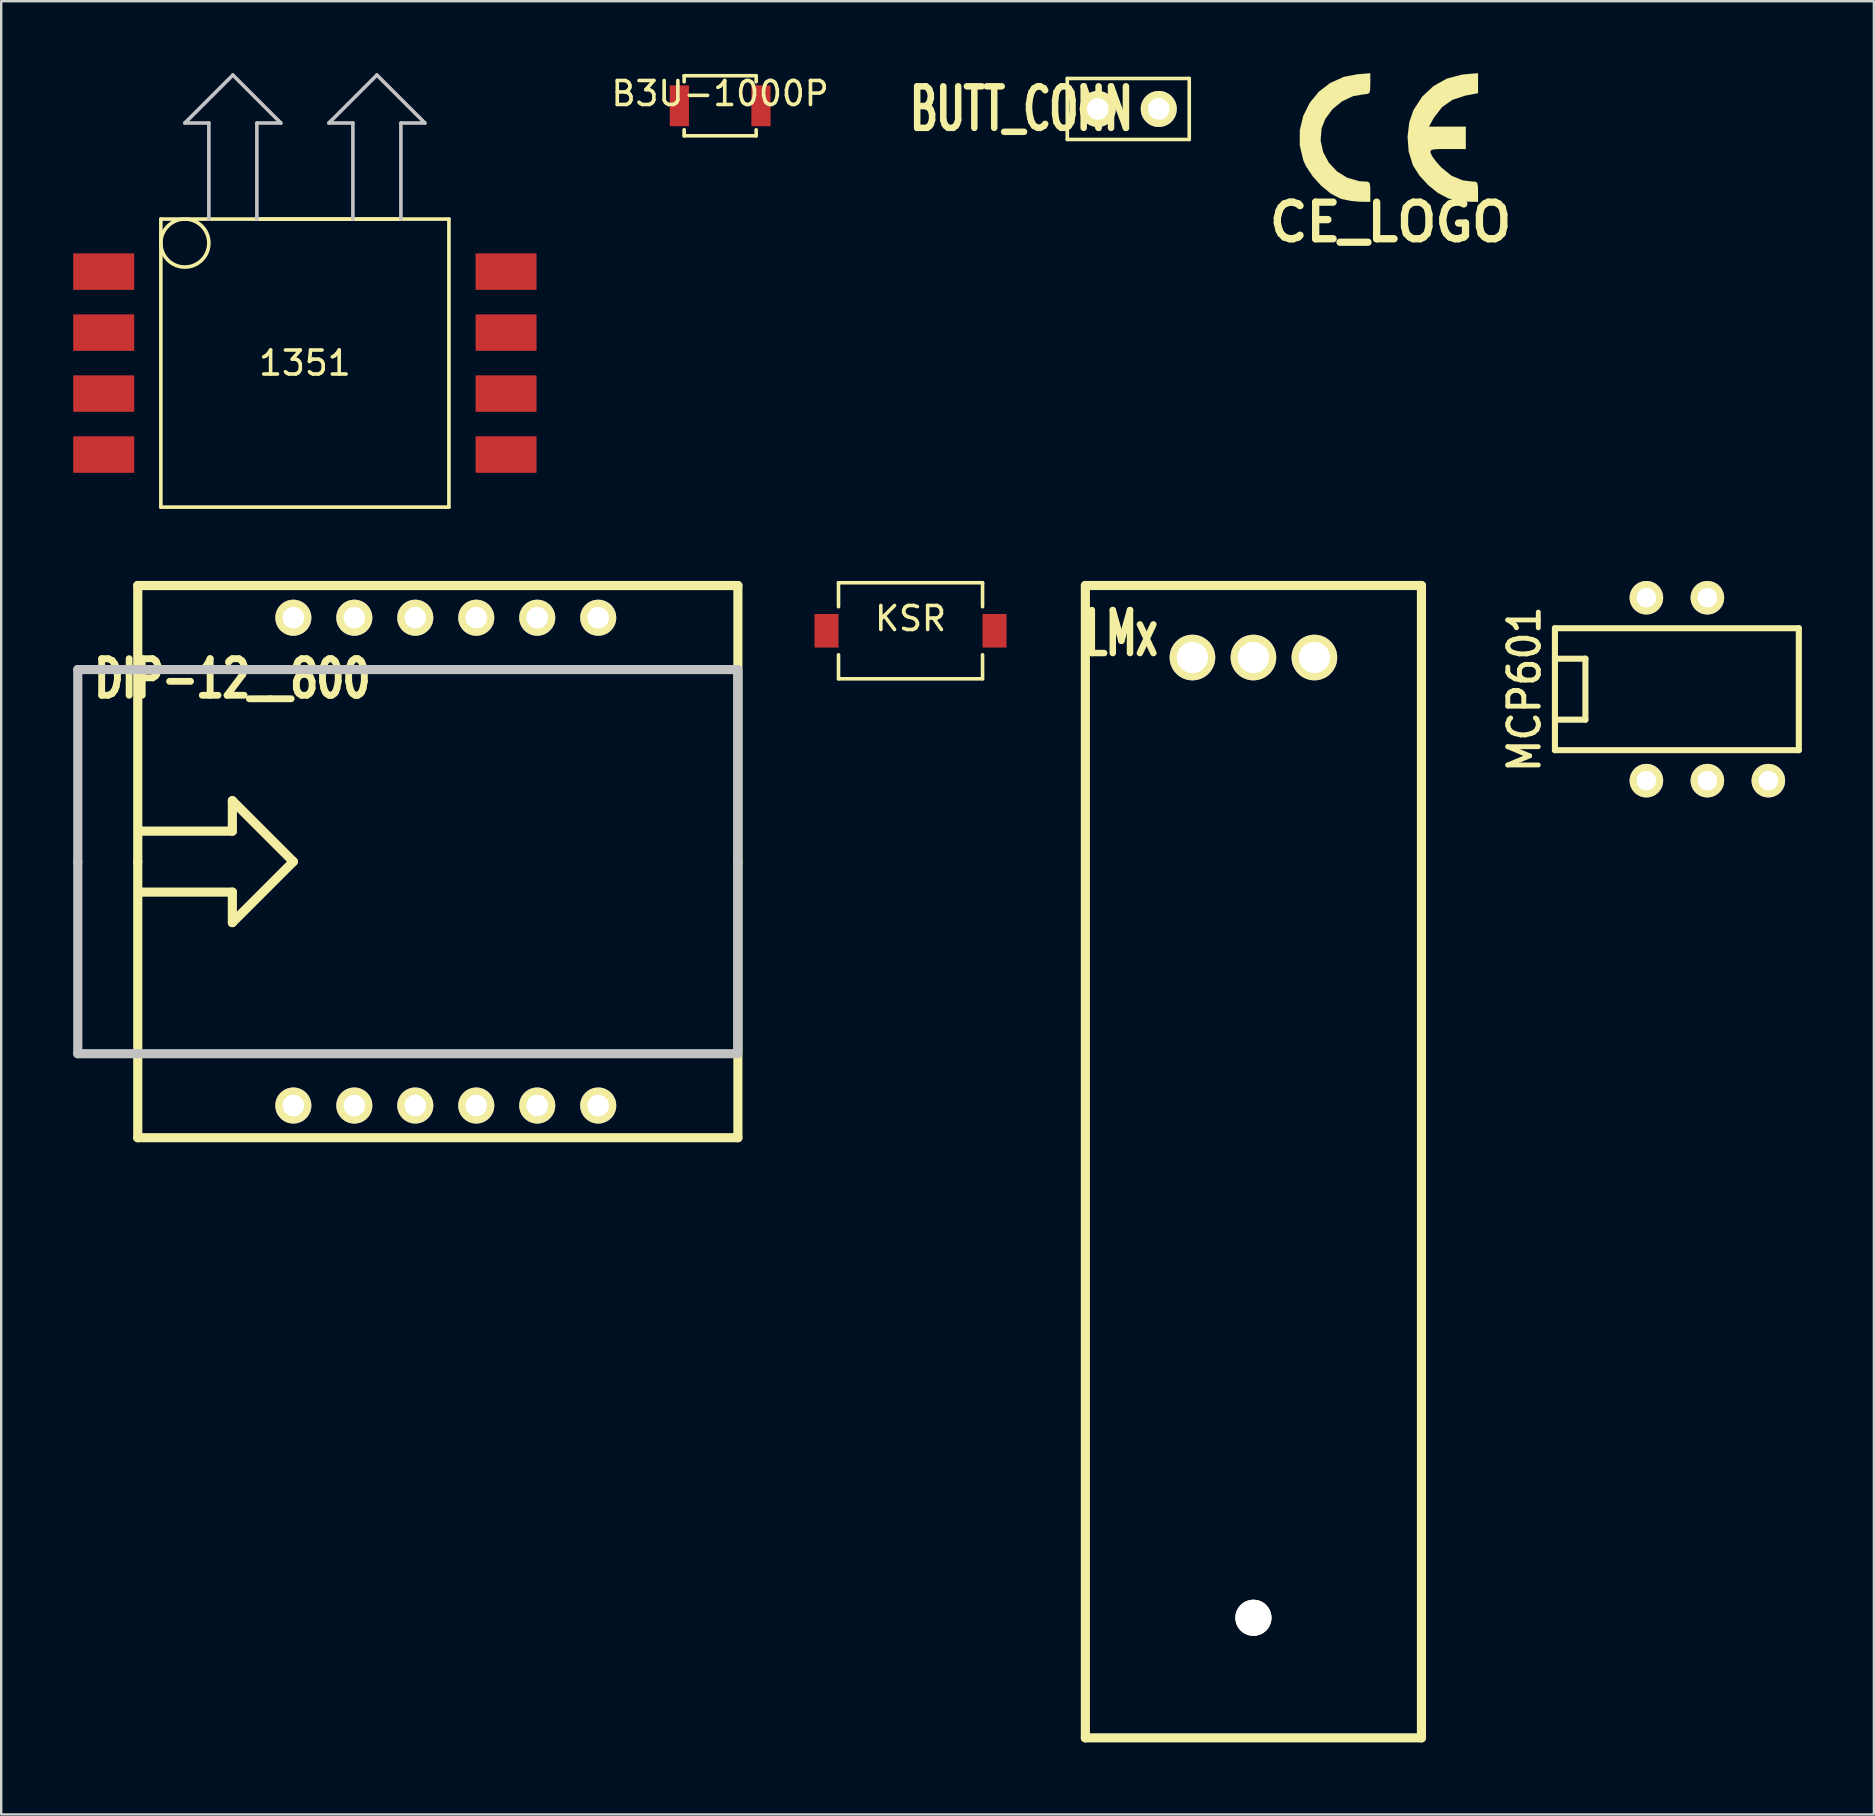
<source format=kicad_pcb>
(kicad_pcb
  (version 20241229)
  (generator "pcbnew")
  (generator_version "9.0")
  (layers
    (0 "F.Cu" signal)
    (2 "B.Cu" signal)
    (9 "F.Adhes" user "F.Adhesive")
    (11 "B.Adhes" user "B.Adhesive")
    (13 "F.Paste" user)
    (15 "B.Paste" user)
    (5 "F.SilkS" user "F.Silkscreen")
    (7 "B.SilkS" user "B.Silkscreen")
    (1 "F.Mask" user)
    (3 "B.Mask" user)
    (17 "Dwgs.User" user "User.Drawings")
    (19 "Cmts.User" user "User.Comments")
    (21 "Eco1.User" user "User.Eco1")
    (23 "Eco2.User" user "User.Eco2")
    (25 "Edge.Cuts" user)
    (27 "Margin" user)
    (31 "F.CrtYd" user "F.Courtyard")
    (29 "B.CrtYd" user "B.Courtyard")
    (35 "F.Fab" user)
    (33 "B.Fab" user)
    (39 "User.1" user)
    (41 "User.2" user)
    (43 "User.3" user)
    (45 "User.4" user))
  (footprint "BUTT_CONN"
    (layer "F.Cu")
    (at 43.949 1.489)
    (property "Reference" "BUTT_CONN" (at -4.445 0 0) (layer "F.SilkS") (effects (font (size 1.73 1.087) (thickness 0.305))))
    (attr through_hole)
    (fp_line (start -2.54 -1.27) (end 2.54 -1.27) (stroke (width 0.15) (type solid)) (layer "F.SilkS"))
    (fp_line (start -2.54 1.27) (end -2.54 -1.27) (stroke (width 0.15) (type solid)) (layer "F.SilkS"))
    (fp_line (start 2.54 -1.27) (end 2.54 1.27) (stroke (width 0.15) (type solid)) (layer "F.SilkS"))
    (fp_line (start 2.54 1.27) (end -2.54 1.27) (stroke (width 0.15) (type solid)) (layer "F.SilkS"))
    (pad "1" thru_hole circle (at -1.27 0) (size 1.5 1.5) (drill 0.9) (layers "*.Cu" "*.Mask" "F.SilkS"))
    (pad "2" thru_hole circle (at 1.27 0) (size 1.5 1.5) (drill 0.9) (layers "*.Cu" "*.Mask" "F.SilkS")))
  (footprint "B3U-1000P"
    (layer "F.Cu")
    (at 26.949 1.356)
    (property "Reference" "B3U-1000P" (at 0 -0.508 0) (layer "F.SilkS") (effects (font (size 1 1) (thickness 0.15))))
    (attr smd)
    (fp_line (start -1.5 -1.25) (end -1.5 -1) (stroke (width 0.15) (type solid)) (layer "F.SilkS"))
    (fp_line (start -1.5 -1.25) (end 1.5 -1.25) (stroke (width 0.15) (type solid)) (layer "F.SilkS"))
    (fp_line (start -1.5 1.25) (end -1.5 1) (stroke (width 0.15) (type solid)) (layer "F.SilkS"))
    (fp_line (start -1.5 1.25) (end 1.5 1.25) (stroke (width 0.15) (type solid)) (layer "F.SilkS"))
    (fp_line (start 1.5 -1.25) (end 1.5 -1) (stroke (width 0.15) (type solid)) (layer "F.SilkS"))
    (fp_line (start 1.5 1.25) (end 1.5 1) (stroke (width 0.15) (type solid)) (layer "F.SilkS"))
    (pad "1" smd rect (at -1.7 0) (size 0.8 1.7) (layers "F.Cu" "F.Mask" "F.Paste"))
    (pad "2" smd rect (at 1.7 0) (size 0.8 1.7) (layers "F.Cu" "F.Mask" "F.Paste")))
  (footprint "LMx"
    (layer "F.Cu")
    (at 49.162 24.34)
    (property "Reference" "LMx" (at -5.499 -1.001 0) (layer "F.SilkS") (effects (font (size 1.791 1.077) (thickness 0.269))))
    (attr through_hole)
    (fp_line (start -7 45.001) (end -7 -3) (stroke (width 0.381) (type solid)) (layer "F.SilkS"))
    (fp_line (start -7 45.001) (end 7 45.001) (stroke (width 0.381) (type solid)) (layer "F.SilkS"))
    (fp_line (start 7 -3) (end -7 -3) (stroke (width 0.381) (type solid)) (layer "F.SilkS"))
    (fp_line (start 7 -3) (end 7 45.001) (stroke (width 0.381) (type solid)) (layer "F.SilkS"))
    (pad "" thru_hole circle (at 0 40) (size 1.501 1.501) (drill 1.501) (layers "*.Cu" "*.Mask" "F.SilkS"))
    (pad "1" thru_hole circle (at -2.54 0) (size 1.9 1.9) (drill 1.3) (layers "*.Cu" "*.Mask" "F.SilkS"))
    (pad "2" thru_hole circle (at 0 0) (size 1.9 1.9) (drill 1.3) (layers "*.Cu" "*.Mask" "F.SilkS"))
    (pad "3" thru_hole circle (at 2.54 0) (size 1.9 1.9) (drill 1.3) (layers "*.Cu" "*.Mask" "F.SilkS")))
  (footprint "MCP601"
    (layer "F.Cu")
    (at 66.802 25.659)
    (property "Reference" "MCP601" (at -6.35 0 90) (layer "F.SilkS") (effects (font (size 1.27 1.143) (thickness 0.203))))
    (attr through_hole)
    (fp_line (start -5.08 -2.54) (end 5.08 -2.54) (stroke (width 0.254) (type solid)) (layer "F.SilkS"))
    (fp_line (start -5.08 -1.27) (end -3.81 -1.27) (stroke (width 0.254) (type solid)) (layer "F.SilkS"))
    (fp_line (start -5.08 2.54) (end -5.08 -2.54) (stroke (width 0.254) (type solid)) (layer "F.SilkS"))
    (fp_line (start -3.81 -1.27) (end -3.81 1.27) (stroke (width 0.254) (type solid)) (layer "F.SilkS"))
    (fp_line (start -3.81 1.27) (end -5.08 1.27) (stroke (width 0.254) (type solid)) (layer "F.SilkS"))
    (fp_line (start 5.08 -2.54) (end 5.08 2.54) (stroke (width 0.254) (type solid)) (layer "F.SilkS"))
    (fp_line (start 5.08 2.54) (end -5.08 2.54) (stroke (width 0.254) (type solid)) (layer "F.SilkS"))
    (pad "2" thru_hole circle (at -1.27 3.81) (size 1.397 1.397) (drill 0.813) (layers "*.Cu" "*.Mask" "F.SilkS"))
    (pad "3" thru_hole circle (at 1.27 3.81) (size 1.397 1.397) (drill 0.813) (layers "*.Cu" "*.Mask" "F.SilkS"))
    (pad "4" thru_hole circle (at 3.81 3.81) (size 1.397 1.397) (drill 0.813) (layers "*.Cu" "*.Mask" "F.SilkS"))
    (pad "6" thru_hole circle (at 1.27 -3.81) (size 1.397 1.397) (drill 0.813) (layers "*.Cu" "*.Mask" "F.SilkS"))
    (pad "7" thru_hole circle (at -1.27 -3.81) (size 1.397 1.397) (drill 0.813) (layers "*.Cu" "*.Mask" "F.SilkS")))
  (footprint "DIP-12__800"
    (layer "F.Cu")
    (at 16.789 32.842)
    (property "Reference" "DIP-12__800" (at -10.16 -7.62 0) (layer "F.SilkS") (effects (font (size 1.524 1.143) (thickness 0.287))))
    (attr through_hole)
    (fp_line (start -14.1 0) (end -14.1 -11.501) (stroke (width 0.381) (type solid)) (layer "F.SilkS"))
    (fp_line (start -14.1 0) (end -14.1 11.501) (stroke (width 0.381) (type solid)) (layer "F.SilkS"))
    (fp_line (start -14.1 11.501) (end 10.899 11.501) (stroke (width 0.381) (type solid)) (layer "F.SilkS"))
    (fp_line (start -13.97 1.27) (end -10.16 1.27) (stroke (width 0.381) (type solid)) (layer "F.SilkS"))
    (fp_line (start -10.16 -2.54) (end -10.16 -1.27) (stroke (width 0.381) (type solid)) (layer "F.SilkS"))
    (fp_line (start -10.16 -1.27) (end -13.97 -1.27) (stroke (width 0.381) (type solid)) (layer "F.SilkS"))
    (fp_line (start -10.16 1.27) (end -10.16 2.54) (stroke (width 0.381) (type solid)) (layer "F.SilkS"))
    (fp_line (start -10.16 2.54) (end -7.62 0) (stroke (width 0.381) (type solid)) (layer "F.SilkS"))
    (fp_line (start -7.62 0) (end -10.16 -2.54) (stroke (width 0.381) (type solid)) (layer "F.SilkS"))
    (fp_line (start 10.899 -11.501) (end -14.1 -11.501) (stroke (width 0.381) (type solid)) (layer "F.SilkS"))
    (fp_line (start 10.899 0) (end 10.899 -11.501) (stroke (width 0.381) (type solid)) (layer "F.SilkS"))
    (fp_line (start 10.899 0) (end 10.899 11.501) (stroke (width 0.381) (type solid)) (layer "F.SilkS"))
    (fp_line (start -16.599 -8.001) (end 10.8 -8.001) (stroke (width 0.381) (type solid)) (layer "Dwgs.User"))
    (fp_line (start -16.599 0) (end -16.599 -8.001) (stroke (width 0.381) (type solid)) (layer "Dwgs.User"))
    (fp_line (start -16.599 0) (end -16.599 8.001) (stroke (width 0.381) (type solid)) (layer "Dwgs.User"))
    (fp_line (start -16.599 8.001) (end 10.8 8.001) (stroke (width 0.381) (type solid)) (layer "Dwgs.User"))
    (fp_line (start 10.899 -8.001) (end 10.899 8.001) (stroke (width 0.381) (type solid)) (layer "Dwgs.User"))
    (pad "1" thru_hole circle (at -7.62 10.16) (size 1.501 1.501) (drill 0.899) (layers "*.Cu" "*.Mask" "F.SilkS"))
    (pad "2" thru_hole circle (at -5.08 10.16) (size 1.501 1.501) (drill 0.899) (layers "*.Cu" "*.Mask" "F.SilkS"))
    (pad "3" thru_hole circle (at -2.54 10.16) (size 1.501 1.501) (drill 0.899) (layers "*.Cu" "*.Mask" "F.SilkS"))
    (pad "4" thru_hole circle (at 0 10.16) (size 1.501 1.501) (drill 0.899) (layers "*.Cu" "*.Mask" "F.SilkS"))
    (pad "5" thru_hole circle (at 2.54 10.16) (size 1.501 1.501) (drill 0.899) (layers "*.Cu" "*.Mask" "F.SilkS"))
    (pad "6" thru_hole circle (at 5.08 10.16) (size 1.501 1.501) (drill 0.899) (layers "*.Cu" "*.Mask" "F.SilkS"))
    (pad "7" thru_hole circle (at 5.08 -10.16) (size 1.501 1.501) (drill 0.899) (layers "*.Cu" "*.Mask" "F.SilkS"))
    (pad "8" thru_hole circle (at 2.54 -10.16) (size 1.501 1.501) (drill 0.899) (layers "*.Cu" "*.Mask" "F.SilkS"))
    (pad "9" thru_hole circle (at 0 -10.16) (size 1.501 1.501) (drill 0.899) (layers "*.Cu" "*.Mask" "F.SilkS"))
    (pad "10" thru_hole circle (at -2.54 -10.16) (size 1.501 1.501) (drill 0.899) (layers "*.Cu" "*.Mask" "F.SilkS"))
    (pad "11" thru_hole circle (at -5.08 -10.16) (size 1.501 1.501) (drill 0.899) (layers "*.Cu" "*.Mask" "F.SilkS"))
    (pad "12" thru_hole circle (at -7.62 -10.16) (size 1.501 1.501) (drill 0.899) (layers "*.Cu" "*.Mask" "F.SilkS")))
  (footprint "CE_LOGO"
    (layer "F.Cu")
    (at 54.876 2.65)
    (property "Reference" "CE_LOGO" (at 0 3.556 0) (layer "F.SilkS") (effects (font (size 1.524 1.524) (thickness 0.305))))
    (attr through_hole)
    (fp_poly (pts (xy -0.846 2.708) (xy -1.29 2.703) (xy -1.641 2.67) (xy -1.994 2.598) (xy -2.111 2.563) (xy -2.494 2.36) (xy -2.885 2.04) (xy -3.241 1.648) (xy -3.52 1.229) (xy -3.63 0.991) (xy -3.782 0.353) (xy -3.78 -0.272) (xy -3.64 -0.866) (xy -3.373 -1.407) (xy -2.992 -1.875) (xy -2.515 -2.243) (xy -1.948 -2.497) (xy -1.377 -2.606) (xy -0.846 -2.649) (xy -0.846 -2.215) (xy -0.853 -1.958) (xy -0.884 -1.829) (xy -0.968 -1.786) (xy -1.069 -1.778) (xy -1.554 -1.699) (xy -2.017 -1.483) (xy -2.418 -1.156) (xy -2.72 -0.747) (xy -2.873 -0.361) (xy -2.916 0.15) (xy -2.809 0.638) (xy -2.573 1.077) (xy -2.233 1.44) (xy -1.803 1.707) (xy -1.308 1.847) (xy -1.079 1.862) (xy -0.942 1.872) (xy -0.871 1.935) (xy -0.848 2.093) (xy -0.846 2.286) (xy -0.846 2.708)) (stroke (width 0.003) (type solid)) (fill yes) (layer "F.SilkS"))
    (fp_poly (pts (xy 3.642 2.708) (xy 3.198 2.703) (xy 2.847 2.67) (xy 2.494 2.591) (xy 2.377 2.553) (xy 1.968 2.334) (xy 1.56 2.002) (xy 1.199 1.608) (xy 0.94 1.199) (xy 0.925 1.166) (xy 0.754 0.607) (xy 0.709 -0.005) (xy 0.78 -0.61) (xy 0.955 -1.115) (xy 1.318 -1.674) (xy 1.791 -2.116) (xy 2.349 -2.428) (xy 2.974 -2.591) (xy 3.109 -2.606) (xy 3.642 -2.649) (xy 3.642 -2.233) (xy 3.642 -1.819) (xy 3.122 -1.72) (xy 2.578 -1.544) (xy 2.144 -1.24) (xy 1.806 -0.798) (xy 1.793 -0.777) (xy 1.598 -0.424) (xy 2.365 -0.424) (xy 3.134 -0.424) (xy 3.134 0.041) (xy 3.134 0.508) (xy 2.38 0.508) (xy 2.022 0.508) (xy 1.803 0.521) (xy 1.692 0.549) (xy 1.659 0.602) (xy 1.671 0.688) (xy 1.674 0.691) (xy 1.755 0.846) (xy 1.923 1.067) (xy 2.111 1.275) (xy 2.543 1.626) (xy 3.01 1.816) (xy 3.409 1.862) (xy 3.546 1.872) (xy 3.614 1.935) (xy 3.64 2.093) (xy 3.642 2.286) (xy 3.642 2.708)) (stroke (width 0.003) (type solid)) (fill yes) (layer "F.SilkS")))
  (footprint "KSR"
    (layer "F.Cu")
    (at 34.879 23.225)
    (property "Reference" "KSR" (at 0 -0.508 0) (layer "F.SilkS") (effects (font (size 1 1) (thickness 0.15))))
    (attr smd)
    (fp_line (start -3 -2) (end 3 -2) (stroke (width 0.15) (type solid)) (layer "F.SilkS"))
    (fp_line (start -3 -1) (end -3 -2) (stroke (width 0.15) (type solid)) (layer "F.SilkS"))
    (fp_line (start -3 2) (end -3 1) (stroke (width 0.15) (type solid)) (layer "F.SilkS"))
    (fp_line (start -3 2) (end 3 2) (stroke (width 0.15) (type solid)) (layer "F.SilkS"))
    (fp_line (start 3 -2) (end 3 -1) (stroke (width 0.15) (type solid)) (layer "F.SilkS"))
    (fp_line (start 3 2) (end 3 1) (stroke (width 0.15) (type solid)) (layer "F.SilkS"))
    (pad "1" smd rect (at -3.5 0) (size 1 1.4) (layers "F.Cu" "F.Mask" "F.Paste"))
    (pad "2" smd rect (at 3.5 0) (size 1 1.4) (layers "F.Cu" "F.Mask" "F.Paste")))
  (footprint "1351"
    (layer "F.Cu")
    (at 9.65 12.075)
    (property "Reference" "1351" (at 0 0 0) (layer "F.SilkS") (effects (font (size 1 1) (thickness 0.15))))
    (attr through_hole)
    (fp_line (start -6 -6) (end -6 6) (stroke (width 0.15) (type solid)) (layer "F.SilkS"))
    (fp_line (start -6 6) (end 6 6) (stroke (width 0.15) (type solid)) (layer "F.SilkS"))
    (fp_line (start -2 -6) (end 4 -6) (stroke (width 0.15) (type solid)) (layer "F.SilkS"))
    (fp_line (start 6 -6) (end -6 -6) (stroke (width 0.15) (type solid)) (layer "F.SilkS"))
    (fp_line (start 6 6) (end 6 -6) (stroke (width 0.15) (type solid)) (layer "F.SilkS"))
    (fp_circle (center -5 -5) (end -5 -4) (stroke (width 0.15) (type solid)) (fill no) (layer "F.SilkS"))
    (fp_line (start -5 -10) (end -3 -12) (stroke (width 0.15) (type solid)) (layer "Dwgs.User"))
    (fp_line (start -4 -10) (end -5 -10) (stroke (width 0.15) (type solid)) (layer "Dwgs.User"))
    (fp_line (start -4 -6) (end -4 -10) (stroke (width 0.15) (type solid)) (layer "Dwgs.User"))
    (fp_line (start -3 -12) (end -1 -10) (stroke (width 0.15) (type solid)) (layer "Dwgs.User"))
    (fp_line (start -2 -10) (end -2 -6) (stroke (width 0.15) (type solid)) (layer "Dwgs.User"))
    (fp_line (start -1 -10) (end -2 -10) (stroke (width 0.15) (type solid)) (layer "Dwgs.User"))
    (fp_line (start 1 -10) (end 2 -10) (stroke (width 0.15) (type solid)) (layer "Dwgs.User"))
    (fp_line (start 2 -10) (end 2 -6) (stroke (width 0.15) (type solid)) (layer "Dwgs.User"))
    (fp_line (start 3 -12) (end 1 -10) (stroke (width 0.15) (type solid)) (layer "Dwgs.User"))
    (fp_line (start 4 -10) (end 5 -10) (stroke (width 0.15) (type solid)) (layer "Dwgs.User"))
    (fp_line (start 4 -6) (end 4 -10) (stroke (width 0.15) (type solid)) (layer "Dwgs.User"))
    (fp_line (start 5 -10) (end 3 -12) (stroke (width 0.15) (type solid)) (layer "Dwgs.User"))
    (pad "1" smd rect (at -8.38 -3.81) (size 2.54 1.52) (layers "F.Cu" "F.Mask" "F.Paste"))
    (pad "2" smd rect (at -8.38 -1.27) (size 2.54 1.52) (layers "F.Cu" "F.Mask" "F.Paste"))
    (pad "3" smd rect (at -8.38 1.27) (size 2.54 1.52) (layers "F.Cu" "F.Mask" "F.Paste"))
    (pad "4" smd rect (at -8.38 3.81) (size 2.54 1.52) (layers "F.Cu" "F.Mask" "F.Paste"))
    (pad "5" smd rect (at 8.38 3.81) (size 2.54 1.52) (layers "F.Cu" "F.Mask" "F.Paste"))
    (pad "6" smd rect (at 8.38 1.27) (size 2.54 1.52) (layers "F.Cu" "F.Mask" "F.Paste"))
    (pad "7" smd rect (at 8.38 -1.27) (size 2.54 1.52) (layers "F.Cu" "F.Mask" "F.Paste"))
    (pad "8" smd rect (at 8.38 -3.81) (size 2.54 1.52) (layers "F.Cu" "F.Mask" "F.Paste")))
  (gr_rect
    (start -3 -3)
    (end 75.009 72.532)
    (stroke (width 0.1) (type default))
    (fill no)
    (layer "Edge.Cuts")))
</source>
